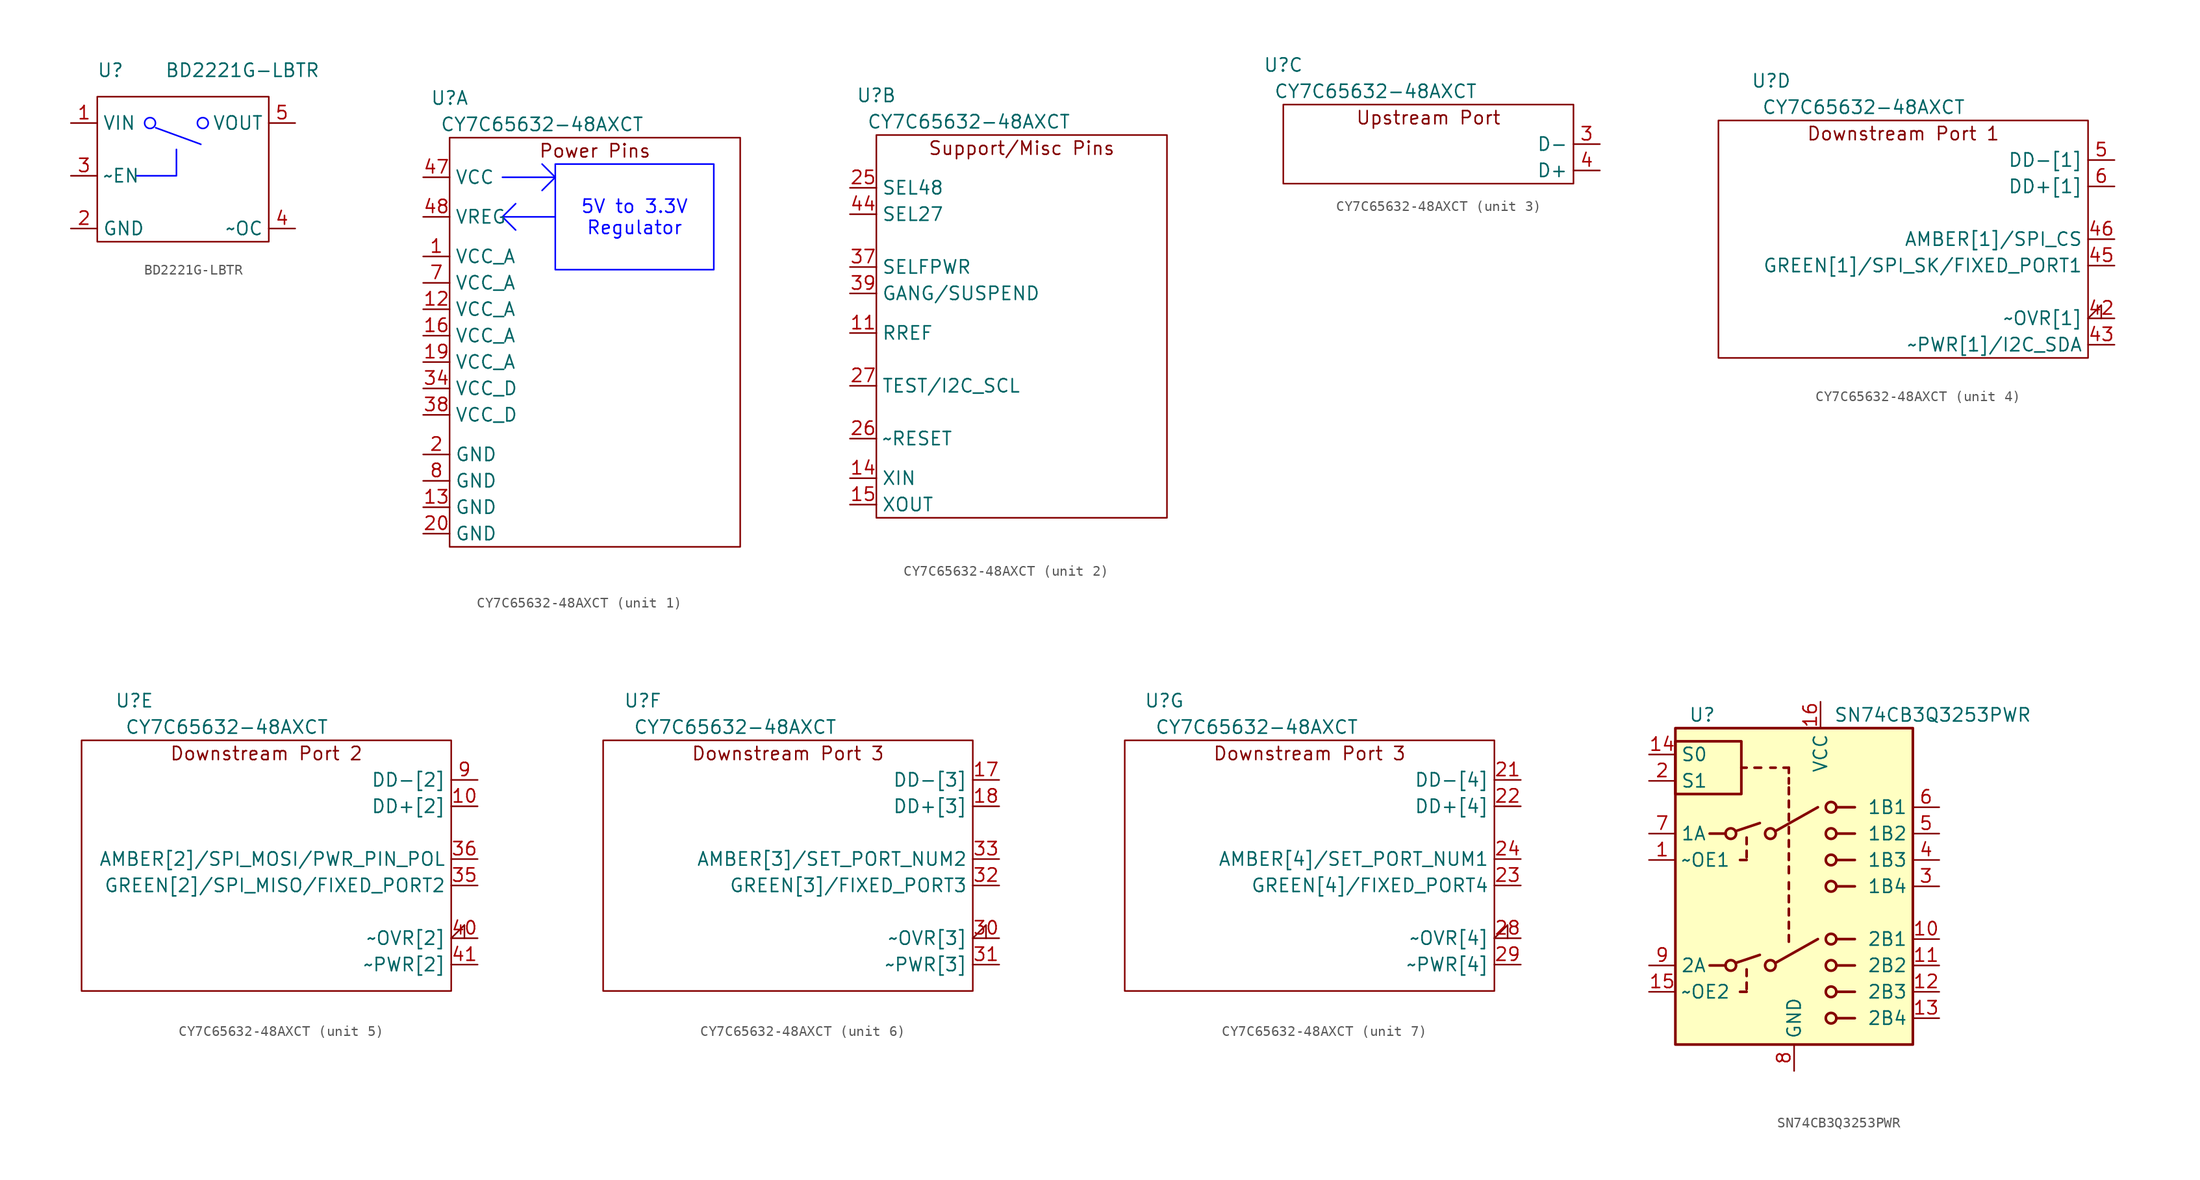
<source format=kicad_sym>
(kicad_symbol_lib
  (version 20220914)
  (generator kicad_symbol_editor)
  (symbol "BD2221G-LBTR"
    (property "Reference" "U"
      (at 5.08 15.24 0)
      (effects (font (size 1.27 1.27))))
    (property "Value" "BD2221G-LBTR"
      (at 17.78 15.24 0)
      (effects (font (size 1.27 1.27))))
    (symbol "BD2221G-LBTR_0_1"
      (rectangle (start 3.81 12.7) (end 20.32 -1.27) (stroke (width 0) (type default)) (fill (type none))))
    (symbol "BD2221G-LBTR_1_1"
      (polyline (pts (xy 7.62 5.08) (xy 11.43 5.08) (xy 11.43 7.62)) (stroke (width 0) (type default) (color 0 0 255 1)) (fill (type none)))
      (polyline (pts (xy 9.43 9.706) (xy 13.722 8.137) (xy 13.781 8.108)) (stroke (width 0) (type default) (color 0 0 255 1)) (fill (type none)))
      (circle (center 8.89 10.16) (radius 0.522) (stroke (width 0) (type default) (color 0 0 255 1)) (fill (type none)))
      (circle (center 13.97 10.16) (radius 0.522) (stroke (width 0) (type default) (color 0 0 255 1)) (fill (type none)))
      (pin power_in line (at 1.27 10.16 0) (length 2.54) (name "VIN" (effects (font (size 1.27 1.27)))) (number "1" (effects (font (size 1.27 1.27)))))
      (pin power_in line (at 1.27 0 0) (length 2.54) (name "GND" (effects (font (size 1.27 1.27)))) (number "2" (effects (font (size 1.27 1.27)))))
      (pin input line (at 1.27 5.08 0) (length 2.54) (name "~EN" (effects (font (size 1.27 1.27)))) (number "3" (effects (font (size 1.27 1.27)))))
      (pin open_collector line (at 22.86 0 180) (length 2.54) (name "~OC" (effects (font (size 1.27 1.27)))) (number "4" (effects (font (size 1.27 1.27)))))
      (pin power_out line (at 22.86 10.16 180) (length 2.54) (name "VOUT" (effects (font (size 1.27 1.27)))) (number "5" (effects (font (size 1.27 1.27)))))))
  (symbol "CY7C65632-48AXCT"
    (property "Reference" "U"
      (at 0 3.81 0)
      (effects (font (size 1.27 1.27))))
    (property "Value" "CY7C65632-48AXCT"
      (at 8.89 1.27 0)
      (effects (font (size 1.27 1.27))))
    (property "ki_locked" ""
      (at 0 0 0)
      (effects (font (size 1.27 1.27))))
    (symbol "CY7C65632-48AXCT_1_1"
      (polyline (pts (xy 5.08 -3.81) (xy 10.16 -3.81)) (stroke (width 0) (type default) (color 0 0 255 1)) (fill (type none)))
      (polyline (pts (xy 6.35 -8.89) (xy 5.08 -7.62)) (stroke (width 0) (type default) (color 0 0 255 1)) (fill (type none)))
      (polyline (pts (xy 8.89 -5.08) (xy 10.16 -3.81) (xy 8.89 -2.54)) (stroke (width 0) (type default) (color 0 0 255 1)) (fill (type none)))
      (polyline (pts (xy 10.16 -7.62) (xy 5.08 -7.62) (xy 6.35 -6.35)) (stroke (width 0) (type default) (color 0 0 255 1)) (fill (type none)))
      (polyline (pts (xy 10.16 -2.54) (xy 10.16 -12.7) (xy 25.4 -12.7) (xy 25.4 -2.54) (xy 10.16 -2.54)) (stroke (width 0) (type default) (color 0 0 255 1)) (fill (type none)))
      (rectangle (start 0 0) (end 27.94 -39.37) (stroke (width 0) (type default)) (fill (type none)))
      (text "5V to 3.3V\nRegulator" (at 17.78 -7.62 0) (effects (font (size 1.27 1.27) (color 0 0 255 1))))
      (text "Power Pins" (at 13.97 -1.27 0) (effects (font (size 1.27 1.27))))
      (pin power_in line (at -2.54 -11.43 0) (length 2.54) (name "VCC_A" (effects (font (size 1.27 1.27)))) (number "1" (effects (font (size 1.27 1.27)))))
      (pin power_in line (at -2.54 -16.51 0) (length 2.54) (name "VCC_A" (effects (font (size 1.27 1.27)))) (number "12" (effects (font (size 1.27 1.27)))))
      (pin power_in line (at -2.54 -35.56 0) (length 2.54) (name "GND" (effects (font (size 1.27 1.27)))) (number "13" (effects (font (size 1.27 1.27)))))
      (pin power_in line (at -2.54 -19.05 0) (length 2.54) (name "VCC_A" (effects (font (size 1.27 1.27)))) (number "16" (effects (font (size 1.27 1.27)))))
      (pin power_in line (at -2.54 -21.59 0) (length 2.54) (name "VCC_A" (effects (font (size 1.27 1.27)))) (number "19" (effects (font (size 1.27 1.27)))))
      (pin power_in line (at -2.54 -30.48 0) (length 2.54) (name "GND" (effects (font (size 1.27 1.27)))) (number "2" (effects (font (size 1.27 1.27)))))
      (pin power_in line (at -2.54 -38.1 0) (length 2.54) (name "GND" (effects (font (size 1.27 1.27)))) (number "20" (effects (font (size 1.27 1.27)))))
      (pin power_in line (at -2.54 -24.13 0) (length 2.54) (name "VCC_D" (effects (font (size 1.27 1.27)))) (number "34" (effects (font (size 1.27 1.27)))))
      (pin power_in line (at -2.54 -26.67 0) (length 2.54) (name "VCC_D" (effects (font (size 1.27 1.27)))) (number "38" (effects (font (size 1.27 1.27)))))
      (pin power_in line (at -2.54 -3.81 0) (length 2.54) (name "VCC" (effects (font (size 1.27 1.27)))) (number "47" (effects (font (size 1.27 1.27)))))
      (pin power_out line (at -2.54 -7.62 0) (length 2.54) (name "VREG" (effects (font (size 1.27 1.27)))) (number "48" (effects (font (size 1.27 1.27)))))
      (pin power_in line (at -2.54 -13.97 0) (length 2.54) (name "VCC_A" (effects (font (size 1.27 1.27)))) (number "7" (effects (font (size 1.27 1.27)))))
      (pin power_in line (at -2.54 -33.02 0) (length 2.54) (name "GND" (effects (font (size 1.27 1.27)))) (number "8" (effects (font (size 1.27 1.27))))))
    (symbol "CY7C65632-48AXCT_2_1"
      (rectangle (start 0 0) (end 27.94 -36.83) (stroke (width 0) (type default)) (fill (type none)))
      (text "Support/Misc Pins" (at 13.97 -1.27 0) (effects (font (size 1.27 1.27))))
      (pin passive line (at -2.54 -19.05 0) (length 2.54) (name "RREF" (effects (font (size 1.27 1.27)))) (number "11" (effects (font (size 1.27 1.27)))))
      (pin passive line (at -2.54 -33.02 0) (length 2.54) (name "XIN" (effects (font (size 1.27 1.27)))) (number "14" (effects (font (size 1.27 1.27)))))
      (pin passive line (at -2.54 -35.56 0) (length 2.54) (name "XOUT" (effects (font (size 1.27 1.27)))) (number "15" (effects (font (size 1.27 1.27)))))
      (pin input line (at -2.54 -5.08 0) (length 2.54) (name "SEL48" (effects (font (size 1.27 1.27)))) (number "25" (effects (font (size 1.27 1.27)))))
      (pin input line (at -2.54 -29.21 0) (length 2.54) (name "~RESET" (effects (font (size 1.27 1.27)))) (number "26" (effects (font (size 1.27 1.27)))))
      (pin bidirectional line (at -2.54 -24.13 0) (length 2.54) (name "TEST/I2C_SCL" (effects (font (size 1.27 1.27)))) (number "27" (effects (font (size 1.27 1.27)))))
      (pin input line (at -2.54 -12.7 0) (length 2.54) (name "SELFPWR" (effects (font (size 1.27 1.27)))) (number "37" (effects (font (size 1.27 1.27)))))
      (pin input line (at -2.54 -15.24 0) (length 2.54) (name "GANG/SUSPEND" (effects (font (size 1.27 1.27)))) (number "39" (effects (font (size 1.27 1.27)))))
      (pin input line (at -2.54 -7.62 0) (length 2.54) (name "SEL27" (effects (font (size 1.27 1.27)))) (number "44" (effects (font (size 1.27 1.27))))))
    (symbol "CY7C65632-48AXCT_3_1"
      (rectangle (start 0 0) (end 27.94 -7.62) (stroke (width 0) (type default)) (fill (type none)))
      (text "Upstream Port" (at 13.97 -1.27 0) (effects (font (size 1.27 1.27))))
      (pin bidirectional line (at 30.48 -3.81 180) (length 2.54) (name "D-" (effects (font (size 1.27 1.27)))) (number "3" (effects (font (size 1.27 1.27)))))
      (pin bidirectional line (at 30.48 -6.35 180) (length 2.54) (name "D+" (effects (font (size 1.27 1.27)))) (number "4" (effects (font (size 1.27 1.27))))))
    (symbol "CY7C65632-48AXCT_4_1"
      (rectangle (start -5.08 0) (end 30.48 -22.86) (stroke (width 0) (type default)) (fill (type none)))
      (text "Downstream Port 1" (at 12.7 -1.27 0) (effects (font (size 1.27 1.27))))
      (pin input input_low (at 33.02 -19.05 180) (length 2.54) (name "~OVR[1]" (effects (font (size 1.27 1.27)))) (number "42" (effects (font (size 1.27 1.27)))))
      (pin bidirectional line (at 33.02 -21.59 180) (length 2.54) (name "~PWR[1]/I2C_SDA" (effects (font (size 1.27 1.27)))) (number "43" (effects (font (size 1.27 1.27)))))
      (pin bidirectional line (at 33.02 -13.97 180) (length 2.54) (name "GREEN[1]/SPI_SK/FIXED_PORT1" (effects (font (size 1.27 1.27)))) (number "45" (effects (font (size 1.27 1.27)))))
      (pin output line (at 33.02 -11.43 180) (length 2.54) (name "AMBER[1]/SPI_CS" (effects (font (size 1.27 1.27)))) (number "46" (effects (font (size 1.27 1.27)))))
      (pin bidirectional line (at 33.02 -3.81 180) (length 2.54) (name "DD-[1]" (effects (font (size 1.27 1.27)))) (number "5" (effects (font (size 1.27 1.27)))))
      (pin bidirectional line (at 33.02 -6.35 180) (length 2.54) (name "DD+[1]" (effects (font (size 1.27 1.27)))) (number "6" (effects (font (size 1.27 1.27))))))
    (symbol "CY7C65632-48AXCT_5_1"
      (rectangle (start -5.08 0) (end 30.48 -24.13) (stroke (width 0) (type default)) (fill (type none)))
      (text "Downstream Port 2" (at 12.7 -1.27 0) (effects (font (size 1.27 1.27))))
      (pin bidirectional line (at 33.02 -6.35 180) (length 2.54) (name "DD+[2]" (effects (font (size 1.27 1.27)))) (number "10" (effects (font (size 1.27 1.27)))))
      (pin bidirectional line (at 33.02 -13.97 180) (length 2.54) (name "GREEN[2]/SPI_MISO/FIXED_PORT2" (effects (font (size 1.27 1.27)))) (number "35" (effects (font (size 1.27 1.27)))))
      (pin output line (at 33.02 -11.43 180) (length 2.54) (name "AMBER[2]/SPI_MOSI/PWR_PIN_POL" (effects (font (size 1.27 1.27)))) (number "36" (effects (font (size 1.27 1.27)))))
      (pin input input_low (at 33.02 -19.05 180) (length 2.54) (name "~OVR[2]" (effects (font (size 1.27 1.27)))) (number "40" (effects (font (size 1.27 1.27)))))
      (pin output line (at 33.02 -21.59 180) (length 2.54) (name "~PWR[2]" (effects (font (size 1.27 1.27)))) (number "41" (effects (font (size 1.27 1.27)))))
      (pin bidirectional line (at 33.02 -3.81 180) (length 2.54) (name "DD-[2]" (effects (font (size 1.27 1.27)))) (number "9" (effects (font (size 1.27 1.27))))))
    (symbol "CY7C65632-48AXCT_6_1"
      (rectangle (start -3.81 0) (end 31.75 -24.13) (stroke (width 0) (type default)) (fill (type none)))
      (text "Downstream Port 3" (at 13.97 -1.27 0) (effects (font (size 1.27 1.27))))
      (pin bidirectional line (at 34.29 -3.81 180) (length 2.54) (name "DD-[3]" (effects (font (size 1.27 1.27)))) (number "17" (effects (font (size 1.27 1.27)))))
      (pin bidirectional line (at 34.29 -6.35 180) (length 2.54) (name "DD+[3]" (effects (font (size 1.27 1.27)))) (number "18" (effects (font (size 1.27 1.27)))))
      (pin input input_low (at 34.29 -19.05 180) (length 2.54) (name "~OVR[3]" (effects (font (size 1.27 1.27)))) (number "30" (effects (font (size 1.27 1.27)))))
      (pin output line (at 34.29 -21.59 180) (length 2.54) (name "~PWR[3]" (effects (font (size 1.27 1.27)))) (number "31" (effects (font (size 1.27 1.27)))))
      (pin bidirectional line (at 34.29 -13.97 180) (length 2.54) (name "GREEN[3]/FIXED_PORT3" (effects (font (size 1.27 1.27)))) (number "32" (effects (font (size 1.27 1.27)))))
      (pin bidirectional line (at 34.29 -11.43 180) (length 2.54) (name "AMBER[3]/SET_PORT_NUM2" (effects (font (size 1.27 1.27)))) (number "33" (effects (font (size 1.27 1.27))))))
    (symbol "CY7C65632-48AXCT_7_1"
      (rectangle (start -3.81 0) (end 31.75 -24.13) (stroke (width 0) (type default)) (fill (type none)))
      (text "Downstream Port 3" (at 13.97 -1.27 0) (effects (font (size 1.27 1.27))))
      (pin bidirectional line (at 34.29 -3.81 180) (length 2.54) (name "DD-[4]" (effects (font (size 1.27 1.27)))) (number "21" (effects (font (size 1.27 1.27)))))
      (pin bidirectional line (at 34.29 -6.35 180) (length 2.54) (name "DD+[4]" (effects (font (size 1.27 1.27)))) (number "22" (effects (font (size 1.27 1.27)))))
      (pin bidirectional line (at 34.29 -13.97 180) (length 2.54) (name "GREEN[4]/FIXED_PORT4" (effects (font (size 1.27 1.27)))) (number "23" (effects (font (size 1.27 1.27)))))
      (pin bidirectional line (at 34.29 -11.43 180) (length 2.54) (name "AMBER[4]/SET_PORT_NUM1" (effects (font (size 1.27 1.27)))) (number "24" (effects (font (size 1.27 1.27)))))
      (pin input input_low (at 34.29 -19.05 180) (length 2.54) (name "~OVR[4]" (effects (font (size 1.27 1.27)))) (number "28" (effects (font (size 1.27 1.27)))))
      (pin output line (at 34.29 -21.59 180) (length 2.54) (name "~PWR[4]" (effects (font (size 1.27 1.27)))) (number "29" (effects (font (size 1.27 1.27)))))))
  (symbol "SN74CB3Q3253PWR"
    (property "Reference" "U"
      (at -10.16 16.51 0)
      (effects (font (size 1.27 1.27)) (justify left)))
    (property "Value" "SN74CB3Q3253PWR"
      (at 3.81 16.51 0)
      (effects (font (size 1.27 1.27)) (justify left)))
    (symbol "SN74CB3Q3253PWR_0_1"
      (rectangle (start -11.43 13.97) (end -5.08 8.89) (stroke (width 0.254) (type default)) (fill (type none)))
      (rectangle (start -11.43 15.24) (end 11.43 -15.24) (stroke (width 0.254) (type default)) (fill (type background)))
      (circle (center -6.096 -7.62) (radius 0.508) (stroke (width 0.254) (type default)) (fill (type none)))
      (circle (center -6.096 5.08) (radius 0.508) (stroke (width 0.254) (type default)) (fill (type none)))
      (circle (center -2.286 -7.62) (radius 0.508) (stroke (width 0.254) (type default)) (fill (type none)))
      (circle (center -2.286 5.08) (radius 0.508) (stroke (width 0.254) (type default)) (fill (type none)))
      (polyline (pts (xy -8.128 -7.62) (xy -6.604 -7.62)) (stroke (width 0.254) (type default)) (fill (type none)))
      (polyline (pts (xy -8.128 5.08) (xy -6.604 5.08)) (stroke (width 0.254) (type default)) (fill (type none)))
      (polyline (pts (xy -5.588 -7.366) (xy -3.302 -6.604)) (stroke (width 0.254) (type default)) (fill (type none)))
      (polyline (pts (xy -5.588 5.334) (xy -3.302 6.096)) (stroke (width 0.254) (type default)) (fill (type none)))
      (polyline (pts (xy -4.572 -10.16) (xy -5.207 -10.16)) (stroke (width 0.254) (type default)) (fill (type none)))
      (polyline (pts (xy -4.572 -9.906) (xy -4.572 -9.271)) (stroke (width 0.254) (type default)) (fill (type none)))
      (polyline (pts (xy -4.572 -8.636) (xy -4.572 -8.001)) (stroke (width 0.254) (type default)) (fill (type none)))
      (polyline (pts (xy -4.572 2.54) (xy -5.207 2.54)) (stroke (width 0.254) (type default)) (fill (type none)))
      (polyline (pts (xy -4.572 2.794) (xy -4.572 3.429)) (stroke (width 0.254) (type default)) (fill (type none)))
      (polyline (pts (xy -4.572 4.064) (xy -4.572 4.699)) (stroke (width 0.254) (type default)) (fill (type none)))
      (polyline (pts (xy -4.572 11.43) (xy -5.08 11.43)) (stroke (width 0.254) (type default)) (fill (type none)))
      (polyline (pts (xy -3.81 11.43) (xy -3.175 11.43)) (stroke (width 0.254) (type default)) (fill (type none)))
      (polyline (pts (xy -1.778 -7.366) (xy 2.286 -5.08)) (stroke (width 0.254) (type default)) (fill (type none)))
      (polyline (pts (xy -1.778 5.334) (xy 2.286 7.62)) (stroke (width 0.254) (type default)) (fill (type none)))
      (polyline (pts (xy -1.778 11.43) (xy -2.286 11.43)) (stroke (width 0.254) (type default)) (fill (type none)))
      (polyline (pts (xy -0.508 -5.334) (xy -0.508 -4.699)) (stroke (width 0.254) (type default)) (fill (type none)))
      (polyline (pts (xy -0.508 -4.064) (xy -0.508 -3.429)) (stroke (width 0.254) (type default)) (fill (type none)))
      (polyline (pts (xy -0.508 -2.794) (xy -0.508 -2.159)) (stroke (width 0.254) (type default)) (fill (type none)))
      (polyline (pts (xy -0.508 -1.524) (xy -0.508 -0.889)) (stroke (width 0.254) (type default)) (fill (type none)))
      (polyline (pts (xy -0.508 -0.254) (xy -0.508 0.381)) (stroke (width 0.254) (type default)) (fill (type none)))
      (polyline (pts (xy -0.508 1.27) (xy -0.508 1.905)) (stroke (width 0.254) (type default)) (fill (type none)))
      (polyline (pts (xy -0.508 2.54) (xy -0.508 3.175)) (stroke (width 0.254) (type default)) (fill (type none)))
      (polyline (pts (xy -0.508 3.81) (xy -0.508 4.445)) (stroke (width 0.254) (type default)) (fill (type none)))
      (polyline (pts (xy -0.508 5.08) (xy -0.508 5.715)) (stroke (width 0.254) (type default)) (fill (type none)))
      (polyline (pts (xy -0.508 6.35) (xy -0.508 6.985)) (stroke (width 0.254) (type default)) (fill (type none)))
      (polyline (pts (xy -0.508 7.62) (xy -0.508 8.255)) (stroke (width 0.254) (type default)) (fill (type none)))
      (polyline (pts (xy -0.508 8.89) (xy -0.508 9.398)) (stroke (width 0.254) (type default)) (fill (type none)))
      (polyline (pts (xy -0.508 8.89) (xy -0.508 9.525)) (stroke (width 0.254) (type default)) (fill (type none)))
      (polyline (pts (xy -0.508 9.906) (xy -0.508 10.414)) (stroke (width 0.254) (type default)) (fill (type none)))
      (polyline (pts (xy -0.508 10.922) (xy -0.508 11.43)) (stroke (width 0.254) (type default)) (fill (type none)))
      (polyline (pts (xy -0.508 11.43) (xy -1.016 11.43)) (stroke (width 0.254) (type default)) (fill (type none)))
      (polyline (pts (xy 4.064 -12.7) (xy 5.842 -12.7)) (stroke (width 0.254) (type default)) (fill (type none)))
      (polyline (pts (xy 4.064 -10.16) (xy 5.842 -10.16)) (stroke (width 0.254) (type default)) (fill (type none)))
      (polyline (pts (xy 4.064 -7.62) (xy 5.842 -7.62)) (stroke (width 0.254) (type default)) (fill (type none)))
      (polyline (pts (xy 4.064 -5.08) (xy 5.842 -5.08)) (stroke (width 0.254) (type default)) (fill (type none)))
      (polyline (pts (xy 4.064 0) (xy 5.842 0)) (stroke (width 0.254) (type default)) (fill (type none)))
      (polyline (pts (xy 4.064 2.54) (xy 5.842 2.54)) (stroke (width 0.254) (type default)) (fill (type none)))
      (polyline (pts (xy 4.064 5.08) (xy 5.842 5.08)) (stroke (width 0.254) (type default)) (fill (type none)))
      (polyline (pts (xy 4.064 7.62) (xy 5.842 7.62)) (stroke (width 0.254) (type default)) (fill (type none)))
      (circle (center 3.556 -12.7) (radius 0.508) (stroke (width 0.254) (type default)) (fill (type none)))
      (circle (center 3.556 -10.16) (radius 0.508) (stroke (width 0.254) (type default)) (fill (type none)))
      (circle (center 3.556 -7.62) (radius 0.508) (stroke (width 0.254) (type default)) (fill (type none)))
      (circle (center 3.556 -5.08) (radius 0.508) (stroke (width 0.254) (type default)) (fill (type none)))
      (circle (center 3.556 0) (radius 0.508) (stroke (width 0.254) (type default)) (fill (type none)))
      (circle (center 3.556 2.54) (radius 0.508) (stroke (width 0.254) (type default)) (fill (type none)))
      (circle (center 3.556 5.08) (radius 0.508) (stroke (width 0.254) (type default)) (fill (type none)))
      (circle (center 3.556 7.62) (radius 0.508) (stroke (width 0.254) (type default)) (fill (type none))))
    (symbol "SN74CB3Q3253PWR_1_1"
      (pin input line (at -13.97 2.54 0) (length 2.54) (name "~OE1" (effects (font (size 1.27 1.27)))) (number "1" (effects (font (size 1.27 1.27)))))
      (pin bidirectional line (at 13.97 -5.08 180) (length 2.54) (name "2B1" (effects (font (size 1.27 1.27)))) (number "10" (effects (font (size 1.27 1.27)))))
      (pin bidirectional line (at 13.97 -7.62 180) (length 2.54) (name "2B2" (effects (font (size 1.27 1.27)))) (number "11" (effects (font (size 1.27 1.27)))))
      (pin bidirectional line (at 13.97 -10.16 180) (length 2.54) (name "2B3" (effects (font (size 1.27 1.27)))) (number "12" (effects (font (size 1.27 1.27)))))
      (pin bidirectional line (at 13.97 -12.7 180) (length 2.54) (name "2B4" (effects (font (size 1.27 1.27)))) (number "13" (effects (font (size 1.27 1.27)))))
      (pin input line (at -13.97 12.7 0) (length 2.54) (name "S0" (effects (font (size 1.27 1.27)))) (number "14" (effects (font (size 1.27 1.27)))))
      (pin input line (at -13.97 -10.16 0) (length 2.54) (name "~OE2" (effects (font (size 1.27 1.27)))) (number "15" (effects (font (size 1.27 1.27)))))
      (pin power_in line (at 2.54 17.78 270) (length 2.54) (name "VCC" (effects (font (size 1.27 1.27)))) (number "16" (effects (font (size 1.27 1.27)))))
      (pin input line (at -13.97 10.16 0) (length 2.54) (name "S1" (effects (font (size 1.27 1.27)))) (number "2" (effects (font (size 1.27 1.27)))))
      (pin bidirectional line (at 13.97 0 180) (length 2.54) (name "1B4" (effects (font (size 1.27 1.27)))) (number "3" (effects (font (size 1.27 1.27)))))
      (pin bidirectional line (at 13.97 2.54 180) (length 2.54) (name "1B3" (effects (font (size 1.27 1.27)))) (number "4" (effects (font (size 1.27 1.27)))))
      (pin bidirectional line (at 13.97 5.08 180) (length 2.54) (name "1B2" (effects (font (size 1.27 1.27)))) (number "5" (effects (font (size 1.27 1.27)))))
      (pin bidirectional line (at 13.97 7.62 180) (length 2.54) (name "1B1" (effects (font (size 1.27 1.27)))) (number "6" (effects (font (size 1.27 1.27)))))
      (pin bidirectional line (at -13.97 5.08 0) (length 2.54) (name "1A" (effects (font (size 1.27 1.27)))) (number "7" (effects (font (size 1.27 1.27)))))
      (pin power_in line (at 0 -17.78 90) (length 2.54) (name "GND" (effects (font (size 1.27 1.27)))) (number "8" (effects (font (size 1.27 1.27)))))
      (pin bidirectional line (at -13.97 -7.62 0) (length 2.54) (name "2A" (effects (font (size 1.27 1.27)))) (number "9" (effects (font (size 1.27 1.27))))))))
</source>
